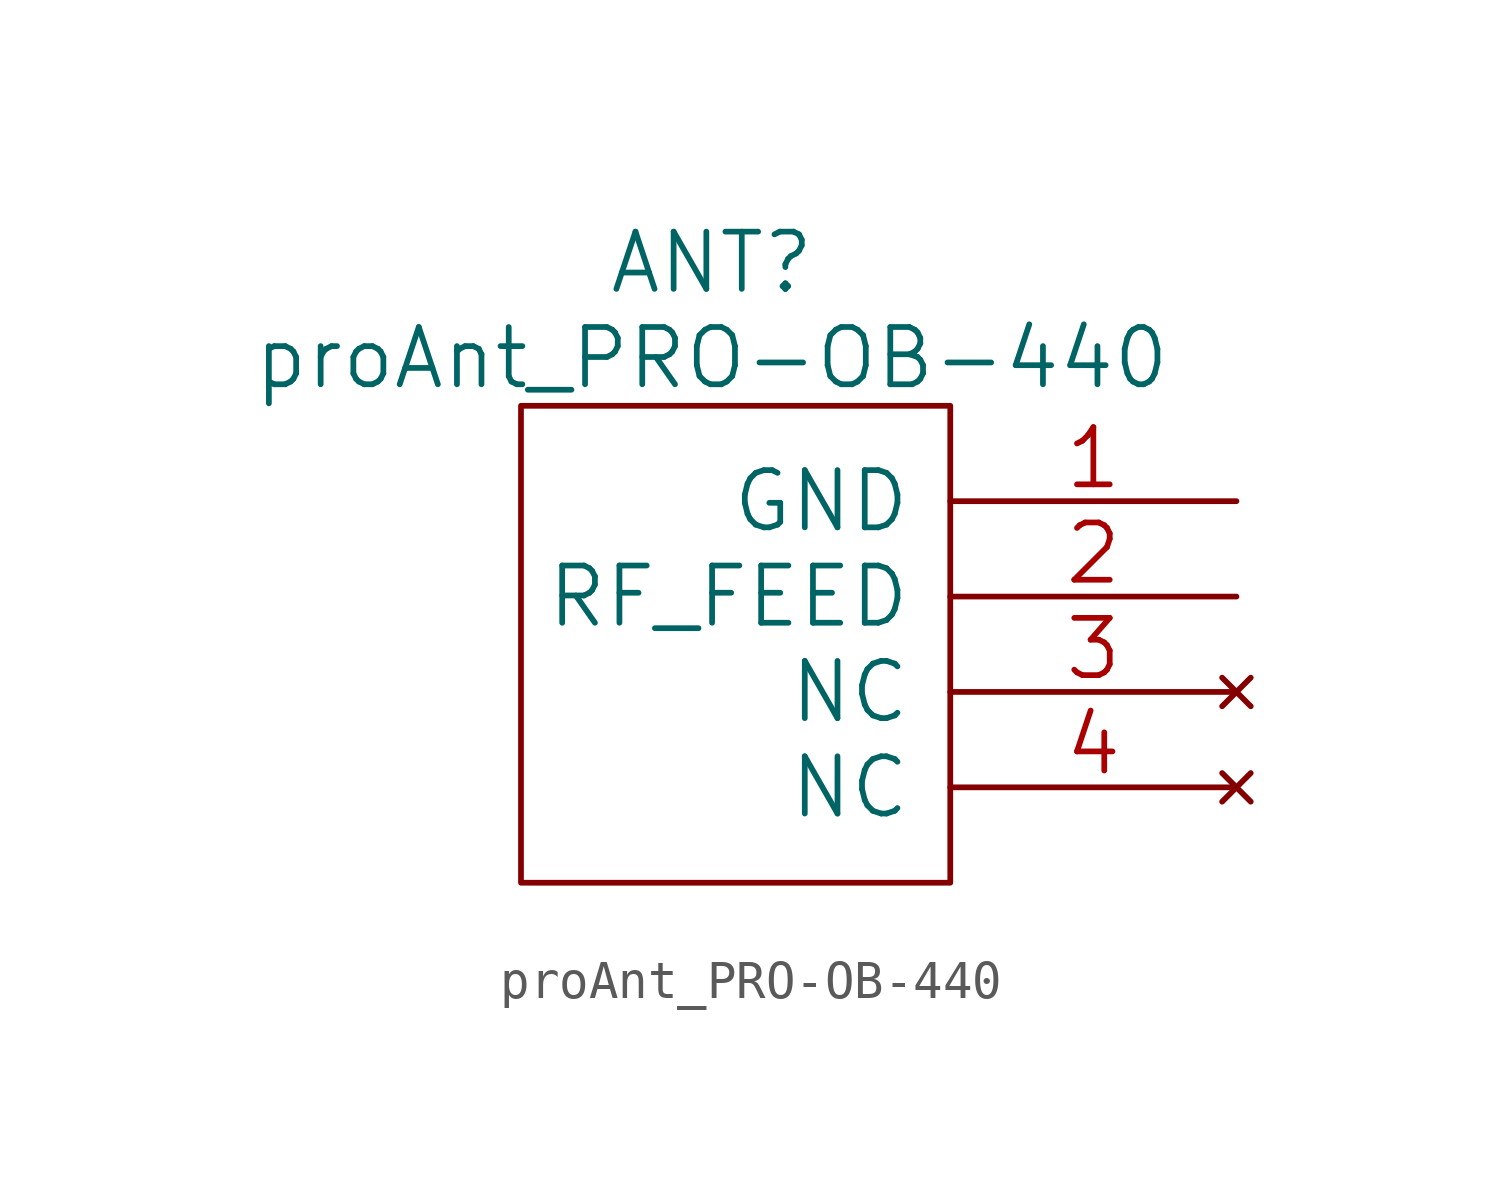
<source format=kicad_sym>
(kicad_symbol_lib
  (version 20211014)
  (generator kicad_symbol_editor)
  (symbol "proAnt_PRO-OB-440"
    (pin_names
      (offset 1.016))
    (property "Reference" "ANT"
      (at 5.08 3.81 0)
      (effects (font (size 1.524 1.524))))
    (property "Value" "proAnt_PRO-OB-440"
      (at 5.08 1.27 0)
      (effects (font (size 1.524 1.524))))
    (property "Footprint" ""
      (at 0 0 0)
      (effects (font (size 1.524 1.524))))
    (property "Datasheet" ""
      (at 0 0 0)
      (effects (font (size 1.524 1.524))))
    (symbol "proAnt_PRO-OB-440_0_0"
      (pin passive line (at 19.05 -2.54 180) (length 7.62) (name "GND" (effects (font (size 1.524 1.524)))) (number "1" (effects (font (size 1.524 1.524)))))
      (pin output line (at 19.05 -5.08 180) (length 7.62) (name "RF_FEED" (effects (font (size 1.524 1.524)))) (number "2" (effects (font (size 1.524 1.524)))))
      (pin no_connect line (at 19.05 -7.62 180) (length 7.62) (name "NC" (effects (font (size 1.524 1.524)))) (number "3" (effects (font (size 1.524 1.524)))))
      (pin no_connect line (at 19.05 -10.16 180) (length 7.62) (name "NC" (effects (font (size 1.524 1.524)))) (number "4" (effects (font (size 1.524 1.524))))))
    (symbol "proAnt_PRO-OB-440_0_1"
      (rectangle (start 0 0) (end 11.43 -12.7) (stroke (width 0) (type default) (color 0 0 0 0)) (fill (type none))))))
</source>
